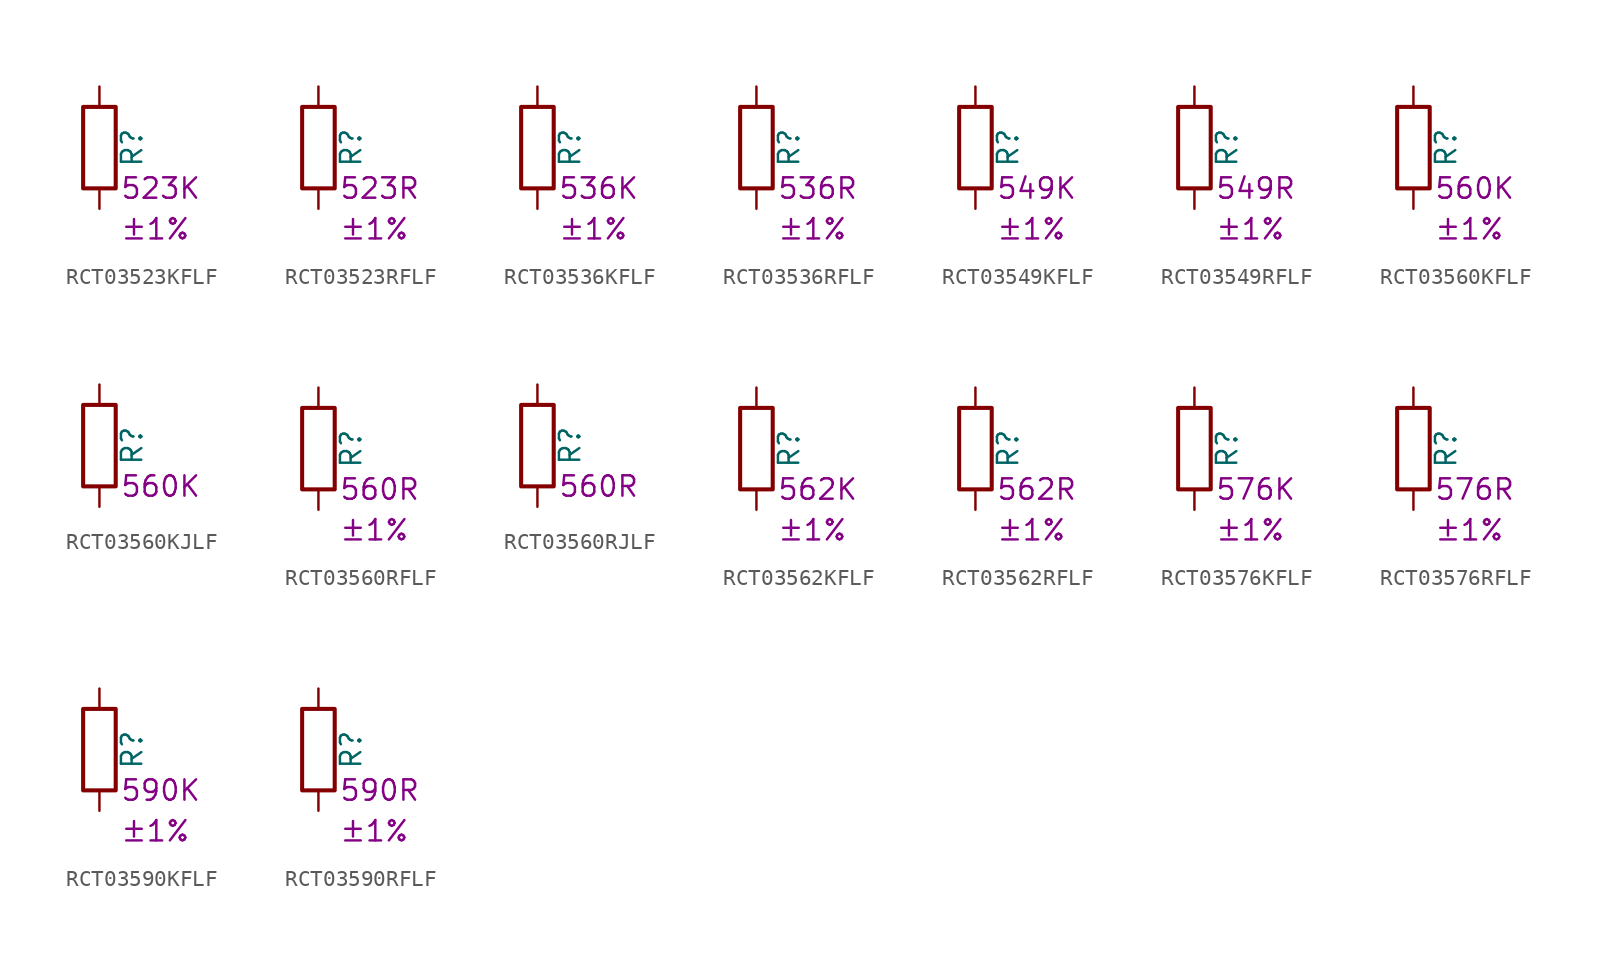
<source format=kicad_sym>
(kicad_symbol_lib
  (version 20220914)
  (generator kicad_symbol_editor)
  (symbol "RCT03523KFLF"
    (pin_numbers hide)
    (pin_names
      (offset 0))
    (property "Reference" "R"
      (at 2.032 0 90)
      (effects (font (size 1.27 1.27))))
    (property "Resistance" "523K"
      (at 1.27 -2.54 0)
      (effects (font (size 1.27 1.27)) (justify left)))
    (property "Tolerance" "±1%"
      (at 1.27 -5.08 0)
      (effects (font (size 1.27 1.27)) (justify left)))
    (symbol "RCT03523KFLF_0_1"
      (rectangle (start -1.016 -2.54) (end 1.016 2.54) (stroke (width 0.254) (type default)) (fill (type none))))
    (symbol "RCT03523KFLF_1_1"
      (pin passive line (at 0 3.81 270) (length 1.27) (name "~" (effects (font (size 1.27 1.27)))) (number "1" (effects (font (size 1.27 1.27)))))
      (pin passive line (at 0 -3.81 90) (length 1.27) (name "~" (effects (font (size 1.27 1.27)))) (number "2" (effects (font (size 1.27 1.27)))))))
  (symbol "RCT03523RFLF"
    (pin_numbers hide)
    (pin_names
      (offset 0))
    (property "Reference" "R"
      (at 2.032 0 90)
      (effects (font (size 1.27 1.27))))
    (property "Resistance" "523R"
      (at 1.27 -2.54 0)
      (effects (font (size 1.27 1.27)) (justify left)))
    (property "Tolerance" "±1%"
      (at 1.27 -5.08 0)
      (effects (font (size 1.27 1.27)) (justify left)))
    (symbol "RCT03523RFLF_0_1"
      (rectangle (start -1.016 -2.54) (end 1.016 2.54) (stroke (width 0.254) (type default)) (fill (type none))))
    (symbol "RCT03523RFLF_1_1"
      (pin passive line (at 0 3.81 270) (length 1.27) (name "~" (effects (font (size 1.27 1.27)))) (number "1" (effects (font (size 1.27 1.27)))))
      (pin passive line (at 0 -3.81 90) (length 1.27) (name "~" (effects (font (size 1.27 1.27)))) (number "2" (effects (font (size 1.27 1.27)))))))
  (symbol "RCT03536KFLF"
    (pin_numbers hide)
    (pin_names
      (offset 0))
    (property "Reference" "R"
      (at 2.032 0 90)
      (effects (font (size 1.27 1.27))))
    (property "Resistance" "536K"
      (at 1.27 -2.54 0)
      (effects (font (size 1.27 1.27)) (justify left)))
    (property "Tolerance" "±1%"
      (at 1.27 -5.08 0)
      (effects (font (size 1.27 1.27)) (justify left)))
    (symbol "RCT03536KFLF_0_1"
      (rectangle (start -1.016 -2.54) (end 1.016 2.54) (stroke (width 0.254) (type default)) (fill (type none))))
    (symbol "RCT03536KFLF_1_1"
      (pin passive line (at 0 3.81 270) (length 1.27) (name "~" (effects (font (size 1.27 1.27)))) (number "1" (effects (font (size 1.27 1.27)))))
      (pin passive line (at 0 -3.81 90) (length 1.27) (name "~" (effects (font (size 1.27 1.27)))) (number "2" (effects (font (size 1.27 1.27)))))))
  (symbol "RCT03536RFLF"
    (pin_numbers hide)
    (pin_names
      (offset 0))
    (property "Reference" "R"
      (at 2.032 0 90)
      (effects (font (size 1.27 1.27))))
    (property "Resistance" "536R"
      (at 1.27 -2.54 0)
      (effects (font (size 1.27 1.27)) (justify left)))
    (property "Tolerance" "±1%"
      (at 1.27 -5.08 0)
      (effects (font (size 1.27 1.27)) (justify left)))
    (symbol "RCT03536RFLF_0_1"
      (rectangle (start -1.016 -2.54) (end 1.016 2.54) (stroke (width 0.254) (type default)) (fill (type none))))
    (symbol "RCT03536RFLF_1_1"
      (pin passive line (at 0 3.81 270) (length 1.27) (name "~" (effects (font (size 1.27 1.27)))) (number "1" (effects (font (size 1.27 1.27)))))
      (pin passive line (at 0 -3.81 90) (length 1.27) (name "~" (effects (font (size 1.27 1.27)))) (number "2" (effects (font (size 1.27 1.27)))))))
  (symbol "RCT03549KFLF"
    (pin_numbers hide)
    (pin_names
      (offset 0))
    (property "Reference" "R"
      (at 2.032 0 90)
      (effects (font (size 1.27 1.27))))
    (property "Resistance" "549K"
      (at 1.27 -2.54 0)
      (effects (font (size 1.27 1.27)) (justify left)))
    (property "Tolerance" "±1%"
      (at 1.27 -5.08 0)
      (effects (font (size 1.27 1.27)) (justify left)))
    (symbol "RCT03549KFLF_0_1"
      (rectangle (start -1.016 -2.54) (end 1.016 2.54) (stroke (width 0.254) (type default)) (fill (type none))))
    (symbol "RCT03549KFLF_1_1"
      (pin passive line (at 0 3.81 270) (length 1.27) (name "~" (effects (font (size 1.27 1.27)))) (number "1" (effects (font (size 1.27 1.27)))))
      (pin passive line (at 0 -3.81 90) (length 1.27) (name "~" (effects (font (size 1.27 1.27)))) (number "2" (effects (font (size 1.27 1.27)))))))
  (symbol "RCT03549RFLF"
    (pin_numbers hide)
    (pin_names
      (offset 0))
    (property "Reference" "R"
      (at 2.032 0 90)
      (effects (font (size 1.27 1.27))))
    (property "Resistance" "549R"
      (at 1.27 -2.54 0)
      (effects (font (size 1.27 1.27)) (justify left)))
    (property "Tolerance" "±1%"
      (at 1.27 -5.08 0)
      (effects (font (size 1.27 1.27)) (justify left)))
    (symbol "RCT03549RFLF_0_1"
      (rectangle (start -1.016 -2.54) (end 1.016 2.54) (stroke (width 0.254) (type default)) (fill (type none))))
    (symbol "RCT03549RFLF_1_1"
      (pin passive line (at 0 3.81 270) (length 1.27) (name "~" (effects (font (size 1.27 1.27)))) (number "1" (effects (font (size 1.27 1.27)))))
      (pin passive line (at 0 -3.81 90) (length 1.27) (name "~" (effects (font (size 1.27 1.27)))) (number "2" (effects (font (size 1.27 1.27)))))))
  (symbol "RCT03560KFLF"
    (pin_numbers hide)
    (pin_names
      (offset 0))
    (property "Reference" "R"
      (at 2.032 0 90)
      (effects (font (size 1.27 1.27))))
    (property "Resistance" "560K"
      (at 1.27 -2.54 0)
      (effects (font (size 1.27 1.27)) (justify left)))
    (property "Tolerance" "±1%"
      (at 1.27 -5.08 0)
      (effects (font (size 1.27 1.27)) (justify left)))
    (symbol "RCT03560KFLF_0_1"
      (rectangle (start -1.016 -2.54) (end 1.016 2.54) (stroke (width 0.254) (type default)) (fill (type none))))
    (symbol "RCT03560KFLF_1_1"
      (pin passive line (at 0 3.81 270) (length 1.27) (name "~" (effects (font (size 1.27 1.27)))) (number "1" (effects (font (size 1.27 1.27)))))
      (pin passive line (at 0 -3.81 90) (length 1.27) (name "~" (effects (font (size 1.27 1.27)))) (number "2" (effects (font (size 1.27 1.27)))))))
  (symbol "RCT03560KJLF"
    (pin_numbers hide)
    (pin_names
      (offset 0))
    (property "Reference" "R"
      (at 2.032 0 90)
      (effects (font (size 1.27 1.27))))
    (property "Resistance" "560K"
      (at 1.27 -2.54 0)
      (effects (font (size 1.27 1.27)) (justify left)))
    (symbol "RCT03560KJLF_0_1"
      (rectangle (start -1.016 -2.54) (end 1.016 2.54) (stroke (width 0.254) (type default)) (fill (type none))))
    (symbol "RCT03560KJLF_1_1"
      (pin passive line (at 0 3.81 270) (length 1.27) (name "~" (effects (font (size 1.27 1.27)))) (number "1" (effects (font (size 1.27 1.27)))))
      (pin passive line (at 0 -3.81 90) (length 1.27) (name "~" (effects (font (size 1.27 1.27)))) (number "2" (effects (font (size 1.27 1.27)))))))
  (symbol "RCT03560RFLF"
    (pin_numbers hide)
    (pin_names
      (offset 0))
    (property "Reference" "R"
      (at 2.032 0 90)
      (effects (font (size 1.27 1.27))))
    (property "Resistance" "560R"
      (at 1.27 -2.54 0)
      (effects (font (size 1.27 1.27)) (justify left)))
    (property "Tolerance" "±1%"
      (at 1.27 -5.08 0)
      (effects (font (size 1.27 1.27)) (justify left)))
    (symbol "RCT03560RFLF_0_1"
      (rectangle (start -1.016 -2.54) (end 1.016 2.54) (stroke (width 0.254) (type default)) (fill (type none))))
    (symbol "RCT03560RFLF_1_1"
      (pin passive line (at 0 3.81 270) (length 1.27) (name "~" (effects (font (size 1.27 1.27)))) (number "1" (effects (font (size 1.27 1.27)))))
      (pin passive line (at 0 -3.81 90) (length 1.27) (name "~" (effects (font (size 1.27 1.27)))) (number "2" (effects (font (size 1.27 1.27)))))))
  (symbol "RCT03560RJLF"
    (pin_numbers hide)
    (pin_names
      (offset 0))
    (property "Reference" "R"
      (at 2.032 0 90)
      (effects (font (size 1.27 1.27))))
    (property "Resistance" "560R"
      (at 1.27 -2.54 0)
      (effects (font (size 1.27 1.27)) (justify left)))
    (symbol "RCT03560RJLF_0_1"
      (rectangle (start -1.016 -2.54) (end 1.016 2.54) (stroke (width 0.254) (type default)) (fill (type none))))
    (symbol "RCT03560RJLF_1_1"
      (pin passive line (at 0 3.81 270) (length 1.27) (name "~" (effects (font (size 1.27 1.27)))) (number "1" (effects (font (size 1.27 1.27)))))
      (pin passive line (at 0 -3.81 90) (length 1.27) (name "~" (effects (font (size 1.27 1.27)))) (number "2" (effects (font (size 1.27 1.27)))))))
  (symbol "RCT03562KFLF"
    (pin_numbers hide)
    (pin_names
      (offset 0))
    (property "Reference" "R"
      (at 2.032 0 90)
      (effects (font (size 1.27 1.27))))
    (property "Resistance" "562K"
      (at 1.27 -2.54 0)
      (effects (font (size 1.27 1.27)) (justify left)))
    (property "Tolerance" "±1%"
      (at 1.27 -5.08 0)
      (effects (font (size 1.27 1.27)) (justify left)))
    (symbol "RCT03562KFLF_0_1"
      (rectangle (start -1.016 -2.54) (end 1.016 2.54) (stroke (width 0.254) (type default)) (fill (type none))))
    (symbol "RCT03562KFLF_1_1"
      (pin passive line (at 0 3.81 270) (length 1.27) (name "~" (effects (font (size 1.27 1.27)))) (number "1" (effects (font (size 1.27 1.27)))))
      (pin passive line (at 0 -3.81 90) (length 1.27) (name "~" (effects (font (size 1.27 1.27)))) (number "2" (effects (font (size 1.27 1.27)))))))
  (symbol "RCT03562RFLF"
    (pin_numbers hide)
    (pin_names
      (offset 0))
    (property "Reference" "R"
      (at 2.032 0 90)
      (effects (font (size 1.27 1.27))))
    (property "Resistance" "562R"
      (at 1.27 -2.54 0)
      (effects (font (size 1.27 1.27)) (justify left)))
    (property "Tolerance" "±1%"
      (at 1.27 -5.08 0)
      (effects (font (size 1.27 1.27)) (justify left)))
    (symbol "RCT03562RFLF_0_1"
      (rectangle (start -1.016 -2.54) (end 1.016 2.54) (stroke (width 0.254) (type default)) (fill (type none))))
    (symbol "RCT03562RFLF_1_1"
      (pin passive line (at 0 3.81 270) (length 1.27) (name "~" (effects (font (size 1.27 1.27)))) (number "1" (effects (font (size 1.27 1.27)))))
      (pin passive line (at 0 -3.81 90) (length 1.27) (name "~" (effects (font (size 1.27 1.27)))) (number "2" (effects (font (size 1.27 1.27)))))))
  (symbol "RCT03576KFLF"
    (pin_numbers hide)
    (pin_names
      (offset 0))
    (property "Reference" "R"
      (at 2.032 0 90)
      (effects (font (size 1.27 1.27))))
    (property "Resistance" "576K"
      (at 1.27 -2.54 0)
      (effects (font (size 1.27 1.27)) (justify left)))
    (property "Tolerance" "±1%"
      (at 1.27 -5.08 0)
      (effects (font (size 1.27 1.27)) (justify left)))
    (symbol "RCT03576KFLF_0_1"
      (rectangle (start -1.016 -2.54) (end 1.016 2.54) (stroke (width 0.254) (type default)) (fill (type none))))
    (symbol "RCT03576KFLF_1_1"
      (pin passive line (at 0 3.81 270) (length 1.27) (name "~" (effects (font (size 1.27 1.27)))) (number "1" (effects (font (size 1.27 1.27)))))
      (pin passive line (at 0 -3.81 90) (length 1.27) (name "~" (effects (font (size 1.27 1.27)))) (number "2" (effects (font (size 1.27 1.27)))))))
  (symbol "RCT03576RFLF"
    (pin_numbers hide)
    (pin_names
      (offset 0))
    (property "Reference" "R"
      (at 2.032 0 90)
      (effects (font (size 1.27 1.27))))
    (property "Resistance" "576R"
      (at 1.27 -2.54 0)
      (effects (font (size 1.27 1.27)) (justify left)))
    (property "Tolerance" "±1%"
      (at 1.27 -5.08 0)
      (effects (font (size 1.27 1.27)) (justify left)))
    (symbol "RCT03576RFLF_0_1"
      (rectangle (start -1.016 -2.54) (end 1.016 2.54) (stroke (width 0.254) (type default)) (fill (type none))))
    (symbol "RCT03576RFLF_1_1"
      (pin passive line (at 0 3.81 270) (length 1.27) (name "~" (effects (font (size 1.27 1.27)))) (number "1" (effects (font (size 1.27 1.27)))))
      (pin passive line (at 0 -3.81 90) (length 1.27) (name "~" (effects (font (size 1.27 1.27)))) (number "2" (effects (font (size 1.27 1.27)))))))
  (symbol "RCT03590KFLF"
    (pin_numbers hide)
    (pin_names
      (offset 0))
    (property "Reference" "R"
      (at 2.032 0 90)
      (effects (font (size 1.27 1.27))))
    (property "Resistance" "590K"
      (at 1.27 -2.54 0)
      (effects (font (size 1.27 1.27)) (justify left)))
    (property "Tolerance" "±1%"
      (at 1.27 -5.08 0)
      (effects (font (size 1.27 1.27)) (justify left)))
    (symbol "RCT03590KFLF_0_1"
      (rectangle (start -1.016 -2.54) (end 1.016 2.54) (stroke (width 0.254) (type default)) (fill (type none))))
    (symbol "RCT03590KFLF_1_1"
      (pin passive line (at 0 3.81 270) (length 1.27) (name "~" (effects (font (size 1.27 1.27)))) (number "1" (effects (font (size 1.27 1.27)))))
      (pin passive line (at 0 -3.81 90) (length 1.27) (name "~" (effects (font (size 1.27 1.27)))) (number "2" (effects (font (size 1.27 1.27)))))))
  (symbol "RCT03590RFLF"
    (pin_numbers hide)
    (pin_names
      (offset 0))
    (property "Reference" "R"
      (at 2.032 0 90)
      (effects (font (size 1.27 1.27))))
    (property "Resistance" "590R"
      (at 1.27 -2.54 0)
      (effects (font (size 1.27 1.27)) (justify left)))
    (property "Tolerance" "±1%"
      (at 1.27 -5.08 0)
      (effects (font (size 1.27 1.27)) (justify left)))
    (symbol "RCT03590RFLF_0_1"
      (rectangle (start -1.016 -2.54) (end 1.016 2.54) (stroke (width 0.254) (type default)) (fill (type none))))
    (symbol "RCT03590RFLF_1_1"
      (pin passive line (at 0 3.81 270) (length 1.27) (name "~" (effects (font (size 1.27 1.27)))) (number "1" (effects (font (size 1.27 1.27)))))
      (pin passive line (at 0 -3.81 90) (length 1.27) (name "~" (effects (font (size 1.27 1.27)))) (number "2" (effects (font (size 1.27 1.27))))))))
</source>
